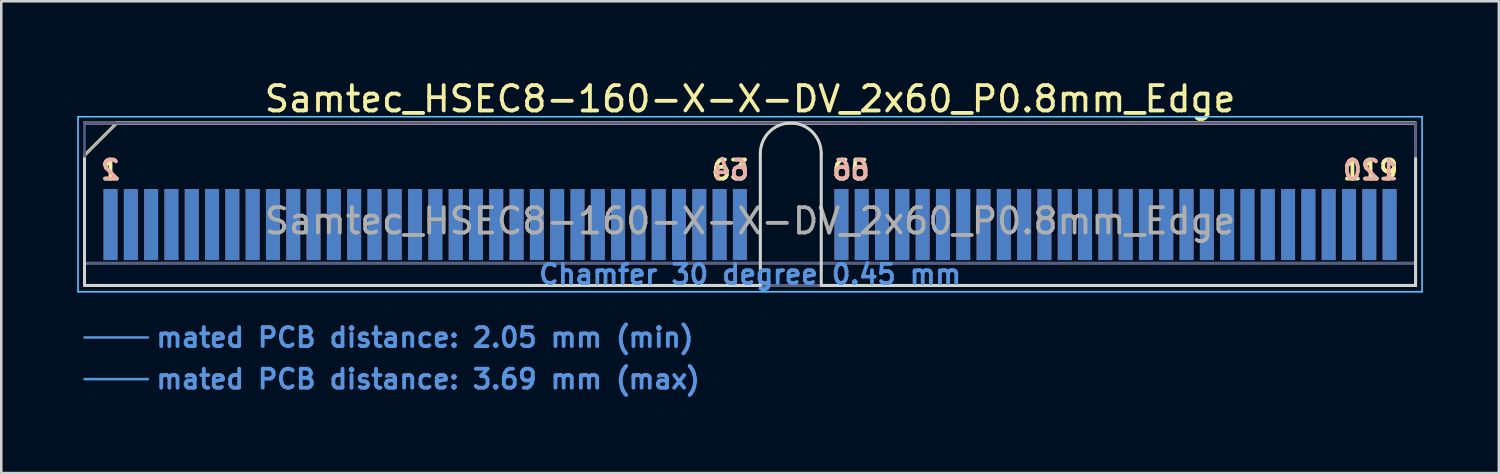
<source format=kicad_pcb>
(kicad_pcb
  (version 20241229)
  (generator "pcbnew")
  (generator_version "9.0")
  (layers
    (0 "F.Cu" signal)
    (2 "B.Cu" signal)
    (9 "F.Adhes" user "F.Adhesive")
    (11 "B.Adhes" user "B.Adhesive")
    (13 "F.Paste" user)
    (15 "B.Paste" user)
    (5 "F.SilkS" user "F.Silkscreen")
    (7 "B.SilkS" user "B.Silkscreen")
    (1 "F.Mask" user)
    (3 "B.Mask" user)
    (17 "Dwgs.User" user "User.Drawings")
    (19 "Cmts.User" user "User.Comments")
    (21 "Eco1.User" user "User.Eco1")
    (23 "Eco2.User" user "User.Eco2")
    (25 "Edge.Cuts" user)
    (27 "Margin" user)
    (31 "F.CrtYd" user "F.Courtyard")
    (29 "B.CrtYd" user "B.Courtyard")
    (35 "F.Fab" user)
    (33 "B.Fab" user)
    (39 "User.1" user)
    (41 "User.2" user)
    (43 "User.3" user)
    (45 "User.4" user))
  (footprint "Samtec_HSEC8-160-X-X-DV_2x60_P0.8mm_Edge"
    (layer "F.Cu")
    (at 26.505 8.198)
    (property "Reference" "Samtec_HSEC8-160-X-X-DV_2x60_P0.8mm_Edge" (at 0 -7.35 0) (layer "F.SilkS") (effects (font (size 1 1) (thickness 0.15))))
    (attr exclude_from_pos_files exclude_from_bom)
    (fp_line (start -26.225 -5.13) (end -24.955 -6.4) (stroke (width 0.12) (type solid)) (layer "F.SilkS"))
    (fp_line (start -24.955 -6.4) (end 26.225 -6.4) (stroke (width 0.12) (type solid)) (layer "F.SilkS"))
    (fp_line (start -26.225 -6.4) (end -26.225 -6.4) (stroke (width 0.12) (type solid)) (layer "B.SilkS"))
    (fp_line (start -26.225 -6.4) (end 26.225 -6.4) (stroke (width 0.12) (type solid)) (layer "B.SilkS"))
    (fp_line (start -26.225 2.05) (end -23.725 2.05) (stroke (width 0.1) (type solid)) (layer "Cmts.User"))
    (fp_line (start -26.225 3.69) (end -23.725 3.69) (stroke (width 0.1) (type solid)) (layer "Cmts.User"))
    (fp_line (start -26.225 -5) (end -26.225 0) (stroke (width 0.12) (type solid)) (layer "Edge.Cuts"))
    (fp_line (start -26.225 0) (end 0.405 0) (stroke (width 0.12) (type solid)) (layer "Edge.Cuts"))
    (fp_line (start 0.405 0) (end 0.405 -5.2) (stroke (width 0.12) (type solid)) (layer "Edge.Cuts"))
    (fp_line (start 2.805 -5.2) (end 2.805 0) (stroke (width 0.12) (type solid)) (layer "Edge.Cuts"))
    (fp_line (start 2.805 0) (end 26.225 0) (stroke (width 0.12) (type solid)) (layer "Edge.Cuts"))
    (fp_line (start 26.225 0) (end 26.225 -5) (stroke (width 0.12) (type solid)) (layer "Edge.Cuts"))
    (fp_arc (start 0.405 -5.2) (mid 1.605 -6.4) (end 2.805 -5.2) (stroke (width 0.12) (type solid)) (layer "Edge.Cuts"))
    (fp_line (start -26.48 -6.65) (end -26.48 0.25) (stroke (width 0.05) (type solid)) (layer "B.CrtYd"))
    (fp_line (start -26.48 0.25) (end 26.48 0.25) (stroke (width 0.05) (type solid)) (layer "B.CrtYd"))
    (fp_line (start 26.48 -6.65) (end -26.48 -6.65) (stroke (width 0.05) (type solid)) (layer "B.CrtYd"))
    (fp_line (start 26.48 0.25) (end 26.48 -6.65) (stroke (width 0.05) (type solid)) (layer "B.CrtYd"))
    (fp_line (start -26.48 -6.65) (end -26.48 0.25) (stroke (width 0.05) (type solid)) (layer "F.CrtYd"))
    (fp_line (start -26.48 0.25) (end 26.48 0.25) (stroke (width 0.05) (type solid)) (layer "F.CrtYd"))
    (fp_line (start 26.48 -6.65) (end -26.48 -6.65) (stroke (width 0.05) (type solid)) (layer "F.CrtYd"))
    (fp_line (start 26.48 0.25) (end 26.48 -6.65) (stroke (width 0.05) (type solid)) (layer "F.CrtYd"))
    (fp_line (start -26.225 -6.4) (end -26.225 -6.4) (stroke (width 0.1) (type solid)) (layer "B.Fab"))
    (fp_line (start -26.225 -6.4) (end -26.225 0) (stroke (width 0.1) (type solid)) (layer "B.Fab"))
    (fp_line (start -26.225 -6.4) (end 26.225 -6.4) (stroke (width 0.1) (type solid)) (layer "B.Fab"))
    (fp_line (start -26.225 -0.88) (end 26.225 -0.88) (stroke (width 0.1) (type solid)) (layer "B.Fab"))
    (fp_line (start -26.225 0) (end 26.225 0) (stroke (width 0.1) (type solid)) (layer "B.Fab"))
    (fp_line (start 26.225 -6.4) (end 26.225 0) (stroke (width 0.1) (type solid)) (layer "B.Fab"))
    (fp_line (start -26.225 -5.13) (end -26.225 0) (stroke (width 0.1) (type solid)) (layer "F.Fab"))
    (fp_line (start -26.225 -5.13) (end -24.955 -6.4) (stroke (width 0.1) (type solid)) (layer "F.Fab"))
    (fp_line (start -26.225 -0.88) (end 26.225 -0.88) (stroke (width 0.1) (type solid)) (layer "F.Fab"))
    (fp_line (start -26.225 0) (end 26.225 0) (stroke (width 0.1) (type solid)) (layer "F.Fab"))
    (fp_line (start -24.955 -6.4) (end 26.225 -6.4) (stroke (width 0.1) (type solid)) (layer "F.Fab"))
    (fp_line (start 26.225 -6.4) (end 26.225 0) (stroke (width 0.1) (type solid)) (layer "F.Fab"))
    (fp_text user "65" (at 3.975 -4.55 0) (layer "F.SilkS") (effects (font (size 0.75 0.75) (thickness 0.15))))
    (fp_text user "1" (at -25.2 -4.55 0) (layer "F.SilkS") (effects (font (size 0.75 0.75) (thickness 0.15))))
    (fp_text user "119" (at 24.45 -4.55 0) (layer "F.SilkS") (effects (font (size 0.75 0.75) (thickness 0.15))))
    (fp_text user "63" (at -0.775 -4.55 0) (layer "F.SilkS") (effects (font (size 0.75 0.75) (thickness 0.15))))
    (fp_text user "64" (at -0.775 -4.55 0) (layer "B.SilkS") (effects (font (size 0.75 0.75) (thickness 0.15)) (justify mirror)))
    (fp_text user "120" (at 24.45 -4.55 0) (layer "B.SilkS") (effects (font (size 0.75 0.75) (thickness 0.15)) (justify mirror)))
    (fp_text user "2" (at -25.2 -4.55 0) (layer "B.SilkS") (effects (font (size 0.75 0.75) (thickness 0.15)) (justify mirror)))
    (fp_text user "66" (at 3.975 -4.55 0) (layer "B.SilkS") (effects (font (size 0.75 0.75) (thickness 0.15)) (justify mirror)))
    (fp_text user "mated PCB distance: 3.69 mm (max)" (at -23.48 3.69 0) (layer "Cmts.User") (effects (font (size 0.75 0.75) (thickness 0.15)) (justify left)))
    (fp_text user "Chamfer 30 degree 0.45 mm" (at 0 -0.44 0) (layer "Cmts.User") (effects (font (size 0.75 0.75) (thickness 0.15))))
    (fp_text user "mated PCB distance: 2.05 mm (min)" (at -23.48 2.05 0) (layer "Cmts.User") (effects (font (size 0.75 0.75) (thickness 0.15)) (justify left)))
    (fp_text user "${REFERENCE}" (at 0 -2.54 0) (layer "F.Fab") (effects (font (size 1 1) (thickness 0.15))))
    (pad "1" connect rect (at -25.2 -2.4) (size 0.55 2.8) (layers "F.Cu" "F.Mask"))
    (pad "2" connect rect (at -25.2 -2.4) (size 0.55 2.8) (layers "B.Cu" "B.Mask"))
    (pad "3" connect rect (at -24.4 -2.4) (size 0.55 2.8) (layers "F.Cu" "F.Mask"))
    (pad "4" connect rect (at -24.4 -2.4) (size 0.55 2.8) (layers "B.Cu" "B.Mask"))
    (pad "5" connect rect (at -23.6 -2.4) (size 0.55 2.8) (layers "F.Cu" "F.Mask"))
    (pad "6" connect rect (at -23.6 -2.4) (size 0.55 2.8) (layers "B.Cu" "B.Mask"))
    (pad "7" connect rect (at -22.8 -2.4) (size 0.55 2.8) (layers "F.Cu" "F.Mask"))
    (pad "8" connect rect (at -22.8 -2.4) (size 0.55 2.8) (layers "B.Cu" "B.Mask"))
    (pad "9" connect rect (at -22 -2.4) (size 0.55 2.8) (layers "F.Cu" "F.Mask"))
    (pad "10" connect rect (at -22 -2.4) (size 0.55 2.8) (layers "B.Cu" "B.Mask"))
    (pad "11" connect rect (at -21.2 -2.4) (size 0.55 2.8) (layers "F.Cu" "F.Mask"))
    (pad "12" connect rect (at -21.2 -2.4) (size 0.55 2.8) (layers "B.Cu" "B.Mask"))
    (pad "13" connect rect (at -20.4 -2.4) (size 0.55 2.8) (layers "F.Cu" "F.Mask"))
    (pad "14" connect rect (at -20.4 -2.4) (size 0.55 2.8) (layers "B.Cu" "B.Mask"))
    (pad "15" connect rect (at -19.6 -2.4) (size 0.55 2.8) (layers "F.Cu" "F.Mask"))
    (pad "16" connect rect (at -19.6 -2.4) (size 0.55 2.8) (layers "B.Cu" "B.Mask"))
    (pad "17" connect rect (at -18.8 -2.4) (size 0.55 2.8) (layers "F.Cu" "F.Mask"))
    (pad "18" connect rect (at -18.8 -2.4) (size 0.55 2.8) (layers "B.Cu" "B.Mask"))
    (pad "19" connect rect (at -18 -2.4) (size 0.55 2.8) (layers "F.Cu" "F.Mask"))
    (pad "20" connect rect (at -18 -2.4) (size 0.55 2.8) (layers "B.Cu" "B.Mask"))
    (pad "21" connect rect (at -17.2 -2.4) (size 0.55 2.8) (layers "F.Cu" "F.Mask"))
    (pad "22" connect rect (at -17.2 -2.4) (size 0.55 2.8) (layers "B.Cu" "B.Mask"))
    (pad "23" connect rect (at -16.4 -2.4) (size 0.55 2.8) (layers "F.Cu" "F.Mask"))
    (pad "24" connect rect (at -16.4 -2.4) (size 0.55 2.8) (layers "B.Cu" "B.Mask"))
    (pad "25" connect rect (at -15.6 -2.4) (size 0.55 2.8) (layers "F.Cu" "F.Mask"))
    (pad "26" connect rect (at -15.6 -2.4) (size 0.55 2.8) (layers "B.Cu" "B.Mask"))
    (pad "27" connect rect (at -14.8 -2.4) (size 0.55 2.8) (layers "F.Cu" "F.Mask"))
    (pad "28" connect rect (at -14.8 -2.4) (size 0.55 2.8) (layers "B.Cu" "B.Mask"))
    (pad "29" connect rect (at -14 -2.4) (size 0.55 2.8) (layers "F.Cu" "F.Mask"))
    (pad "30" connect rect (at -14 -2.4) (size 0.55 2.8) (layers "B.Cu" "B.Mask"))
    (pad "31" connect rect (at -13.2 -2.4) (size 0.55 2.8) (layers "F.Cu" "F.Mask"))
    (pad "32" connect rect (at -13.2 -2.4) (size 0.55 2.8) (layers "B.Cu" "B.Mask"))
    (pad "33" connect rect (at -12.4 -2.4) (size 0.55 2.8) (layers "F.Cu" "F.Mask"))
    (pad "34" connect rect (at -12.4 -2.4) (size 0.55 2.8) (layers "B.Cu" "B.Mask"))
    (pad "35" connect rect (at -11.6 -2.4) (size 0.55 2.8) (layers "F.Cu" "F.Mask"))
    (pad "36" connect rect (at -11.6 -2.4) (size 0.55 2.8) (layers "B.Cu" "B.Mask"))
    (pad "37" connect rect (at -10.8 -2.4) (size 0.55 2.8) (layers "F.Cu" "F.Mask"))
    (pad "38" connect rect (at -10.8 -2.4) (size 0.55 2.8) (layers "B.Cu" "B.Mask"))
    (pad "39" connect rect (at -10 -2.4) (size 0.55 2.8) (layers "F.Cu" "F.Mask"))
    (pad "40" connect rect (at -10 -2.4) (size 0.55 2.8) (layers "B.Cu" "B.Mask"))
    (pad "41" connect rect (at -9.2 -2.4) (size 0.55 2.8) (layers "F.Cu" "F.Mask"))
    (pad "42" connect rect (at -9.2 -2.4) (size 0.55 2.8) (layers "B.Cu" "B.Mask"))
    (pad "43" connect rect (at -8.4 -2.4) (size 0.55 2.8) (layers "F.Cu" "F.Mask"))
    (pad "44" connect rect (at -8.4 -2.4) (size 0.55 2.8) (layers "B.Cu" "B.Mask"))
    (pad "45" connect rect (at -7.6 -2.4) (size 0.55 2.8) (layers "F.Cu" "F.Mask"))
    (pad "46" connect rect (at -7.6 -2.4) (size 0.55 2.8) (layers "B.Cu" "B.Mask"))
    (pad "47" connect rect (at -6.8 -2.4) (size 0.55 2.8) (layers "F.Cu" "F.Mask"))
    (pad "48" connect rect (at -6.8 -2.4) (size 0.55 2.8) (layers "B.Cu" "B.Mask"))
    (pad "49" connect rect (at -6 -2.4) (size 0.55 2.8) (layers "F.Cu" "F.Mask"))
    (pad "50" connect rect (at -6 -2.4) (size 0.55 2.8) (layers "B.Cu" "B.Mask"))
    (pad "51" connect rect (at -5.2 -2.4) (size 0.55 2.8) (layers "F.Cu" "F.Mask"))
    (pad "52" connect rect (at -5.2 -2.4) (size 0.55 2.8) (layers "B.Cu" "B.Mask"))
    (pad "53" connect rect (at -4.4 -2.4) (size 0.55 2.8) (layers "F.Cu" "F.Mask"))
    (pad "54" connect rect (at -4.4 -2.4) (size 0.55 2.8) (layers "B.Cu" "B.Mask"))
    (pad "55" connect rect (at -3.6 -2.4) (size 0.55 2.8) (layers "F.Cu" "F.Mask"))
    (pad "56" connect rect (at -3.6 -2.4) (size 0.55 2.8) (layers "B.Cu" "B.Mask"))
    (pad "57" connect rect (at -2.8 -2.4) (size 0.55 2.8) (layers "F.Cu" "F.Mask"))
    (pad "58" connect rect (at -2.8 -2.4) (size 0.55 2.8) (layers "B.Cu" "B.Mask"))
    (pad "59" connect rect (at -2 -2.4) (size 0.55 2.8) (layers "F.Cu" "F.Mask"))
    (pad "60" connect rect (at -2 -2.4) (size 0.55 2.8) (layers "B.Cu" "B.Mask"))
    (pad "61" connect rect (at -1.2 -2.4) (size 0.55 2.8) (layers "F.Cu" "F.Mask"))
    (pad "62" connect rect (at -1.2 -2.4) (size 0.55 2.8) (layers "B.Cu" "B.Mask"))
    (pad "63" connect rect (at -0.4 -2.4) (size 0.55 2.8) (layers "F.Cu" "F.Mask"))
    (pad "64" connect rect (at -0.4 -2.4) (size 0.55 2.8) (layers "B.Cu" "B.Mask"))
    (pad "65" connect rect (at 3.6 -2.4) (size 0.55 2.8) (layers "F.Cu" "F.Mask"))
    (pad "66" connect rect (at 3.6 -2.4) (size 0.55 2.8) (layers "B.Cu" "B.Mask"))
    (pad "67" connect rect (at 4.4 -2.4) (size 0.55 2.8) (layers "F.Cu" "F.Mask"))
    (pad "68" connect rect (at 4.4 -2.4) (size 0.55 2.8) (layers "B.Cu" "B.Mask"))
    (pad "69" connect rect (at 5.2 -2.4) (size 0.55 2.8) (layers "F.Cu" "F.Mask"))
    (pad "70" connect rect (at 5.2 -2.4) (size 0.55 2.8) (layers "B.Cu" "B.Mask"))
    (pad "71" connect rect (at 6 -2.4) (size 0.55 2.8) (layers "F.Cu" "F.Mask"))
    (pad "72" connect rect (at 6 -2.4) (size 0.55 2.8) (layers "B.Cu" "B.Mask"))
    (pad "73" connect rect (at 6.8 -2.4) (size 0.55 2.8) (layers "F.Cu" "F.Mask"))
    (pad "74" connect rect (at 6.8 -2.4) (size 0.55 2.8) (layers "B.Cu" "B.Mask"))
    (pad "75" connect rect (at 7.6 -2.4) (size 0.55 2.8) (layers "F.Cu" "F.Mask"))
    (pad "76" connect rect (at 7.6 -2.4) (size 0.55 2.8) (layers "B.Cu" "B.Mask"))
    (pad "77" connect rect (at 8.4 -2.4) (size 0.55 2.8) (layers "F.Cu" "F.Mask"))
    (pad "78" connect rect (at 8.4 -2.4) (size 0.55 2.8) (layers "B.Cu" "B.Mask"))
    (pad "79" connect rect (at 9.2 -2.4) (size 0.55 2.8) (layers "F.Cu" "F.Mask"))
    (pad "80" connect rect (at 9.2 -2.4) (size 0.55 2.8) (layers "B.Cu" "B.Mask"))
    (pad "81" connect rect (at 10 -2.4) (size 0.55 2.8) (layers "F.Cu" "F.Mask"))
    (pad "82" connect rect (at 10 -2.4) (size 0.55 2.8) (layers "B.Cu" "B.Mask"))
    (pad "83" connect rect (at 10.8 -2.4) (size 0.55 2.8) (layers "F.Cu" "F.Mask"))
    (pad "84" connect rect (at 10.8 -2.4) (size 0.55 2.8) (layers "B.Cu" "B.Mask"))
    (pad "85" connect rect (at 11.6 -2.4) (size 0.55 2.8) (layers "F.Cu" "F.Mask"))
    (pad "86" connect rect (at 11.6 -2.4) (size 0.55 2.8) (layers "B.Cu" "B.Mask"))
    (pad "87" connect rect (at 12.4 -2.4) (size 0.55 2.8) (layers "F.Cu" "F.Mask"))
    (pad "88" connect rect (at 12.4 -2.4) (size 0.55 2.8) (layers "B.Cu" "B.Mask"))
    (pad "89" connect rect (at 13.2 -2.4) (size 0.55 2.8) (layers "F.Cu" "F.Mask"))
    (pad "90" connect rect (at 13.2 -2.4) (size 0.55 2.8) (layers "B.Cu" "B.Mask"))
    (pad "91" connect rect (at 14 -2.4) (size 0.55 2.8) (layers "F.Cu" "F.Mask"))
    (pad "92" connect rect (at 14 -2.4) (size 0.55 2.8) (layers "B.Cu" "B.Mask"))
    (pad "93" connect rect (at 14.8 -2.4) (size 0.55 2.8) (layers "F.Cu" "F.Mask"))
    (pad "94" connect rect (at 14.8 -2.4) (size 0.55 2.8) (layers "B.Cu" "B.Mask"))
    (pad "95" connect rect (at 15.6 -2.4) (size 0.55 2.8) (layers "F.Cu" "F.Mask"))
    (pad "96" connect rect (at 15.6 -2.4) (size 0.55 2.8) (layers "B.Cu" "B.Mask"))
    (pad "97" connect rect (at 16.4 -2.4) (size 0.55 2.8) (layers "F.Cu" "F.Mask"))
    (pad "98" connect rect (at 16.4 -2.4) (size 0.55 2.8) (layers "B.Cu" "B.Mask"))
    (pad "99" connect rect (at 17.2 -2.4) (size 0.55 2.8) (layers "F.Cu" "F.Mask"))
    (pad "100" connect rect (at 17.2 -2.4) (size 0.55 2.8) (layers "B.Cu" "B.Mask"))
    (pad "101" connect rect (at 18 -2.4) (size 0.55 2.8) (layers "F.Cu" "F.Mask"))
    (pad "102" connect rect (at 18 -2.4) (size 0.55 2.8) (layers "B.Cu" "B.Mask"))
    (pad "103" connect rect (at 18.8 -2.4) (size 0.55 2.8) (layers "F.Cu" "F.Mask"))
    (pad "104" connect rect (at 18.8 -2.4) (size 0.55 2.8) (layers "B.Cu" "B.Mask"))
    (pad "105" connect rect (at 19.6 -2.4) (size 0.55 2.8) (layers "F.Cu" "F.Mask"))
    (pad "106" connect rect (at 19.6 -2.4) (size 0.55 2.8) (layers "B.Cu" "B.Mask"))
    (pad "107" connect rect (at 20.4 -2.4) (size 0.55 2.8) (layers "F.Cu" "F.Mask"))
    (pad "108" connect rect (at 20.4 -2.4) (size 0.55 2.8) (layers "B.Cu" "B.Mask"))
    (pad "109" connect rect (at 21.2 -2.4) (size 0.55 2.8) (layers "F.Cu" "F.Mask"))
    (pad "110" connect rect (at 21.2 -2.4) (size 0.55 2.8) (layers "B.Cu" "B.Mask"))
    (pad "111" connect rect (at 22 -2.4) (size 0.55 2.8) (layers "F.Cu" "F.Mask"))
    (pad "112" connect rect (at 22 -2.4) (size 0.55 2.8) (layers "B.Cu" "B.Mask"))
    (pad "113" connect rect (at 22.8 -2.4) (size 0.55 2.8) (layers "F.Cu" "F.Mask"))
    (pad "114" connect rect (at 22.8 -2.4) (size 0.55 2.8) (layers "B.Cu" "B.Mask"))
    (pad "115" connect rect (at 23.6 -2.4) (size 0.55 2.8) (layers "F.Cu" "F.Mask"))
    (pad "116" connect rect (at 23.6 -2.4) (size 0.55 2.8) (layers "B.Cu" "B.Mask"))
    (pad "117" connect rect (at 24.4 -2.4) (size 0.55 2.8) (layers "F.Cu" "F.Mask"))
    (pad "118" connect rect (at 24.4 -2.4) (size 0.55 2.8) (layers "B.Cu" "B.Mask"))
    (pad "119" connect rect (at 25.2 -2.4) (size 0.55 2.8) (layers "F.Cu" "F.Mask"))
    (pad "120" connect rect (at 25.2 -2.4) (size 0.55 2.8) (layers "B.Cu" "B.Mask")))
  (gr_rect
    (start -3 -3)
    (end 56.01 15.59)
    (stroke (width 0.1) (type default))
    (fill no)
    (layer "Edge.Cuts")))
</source>
